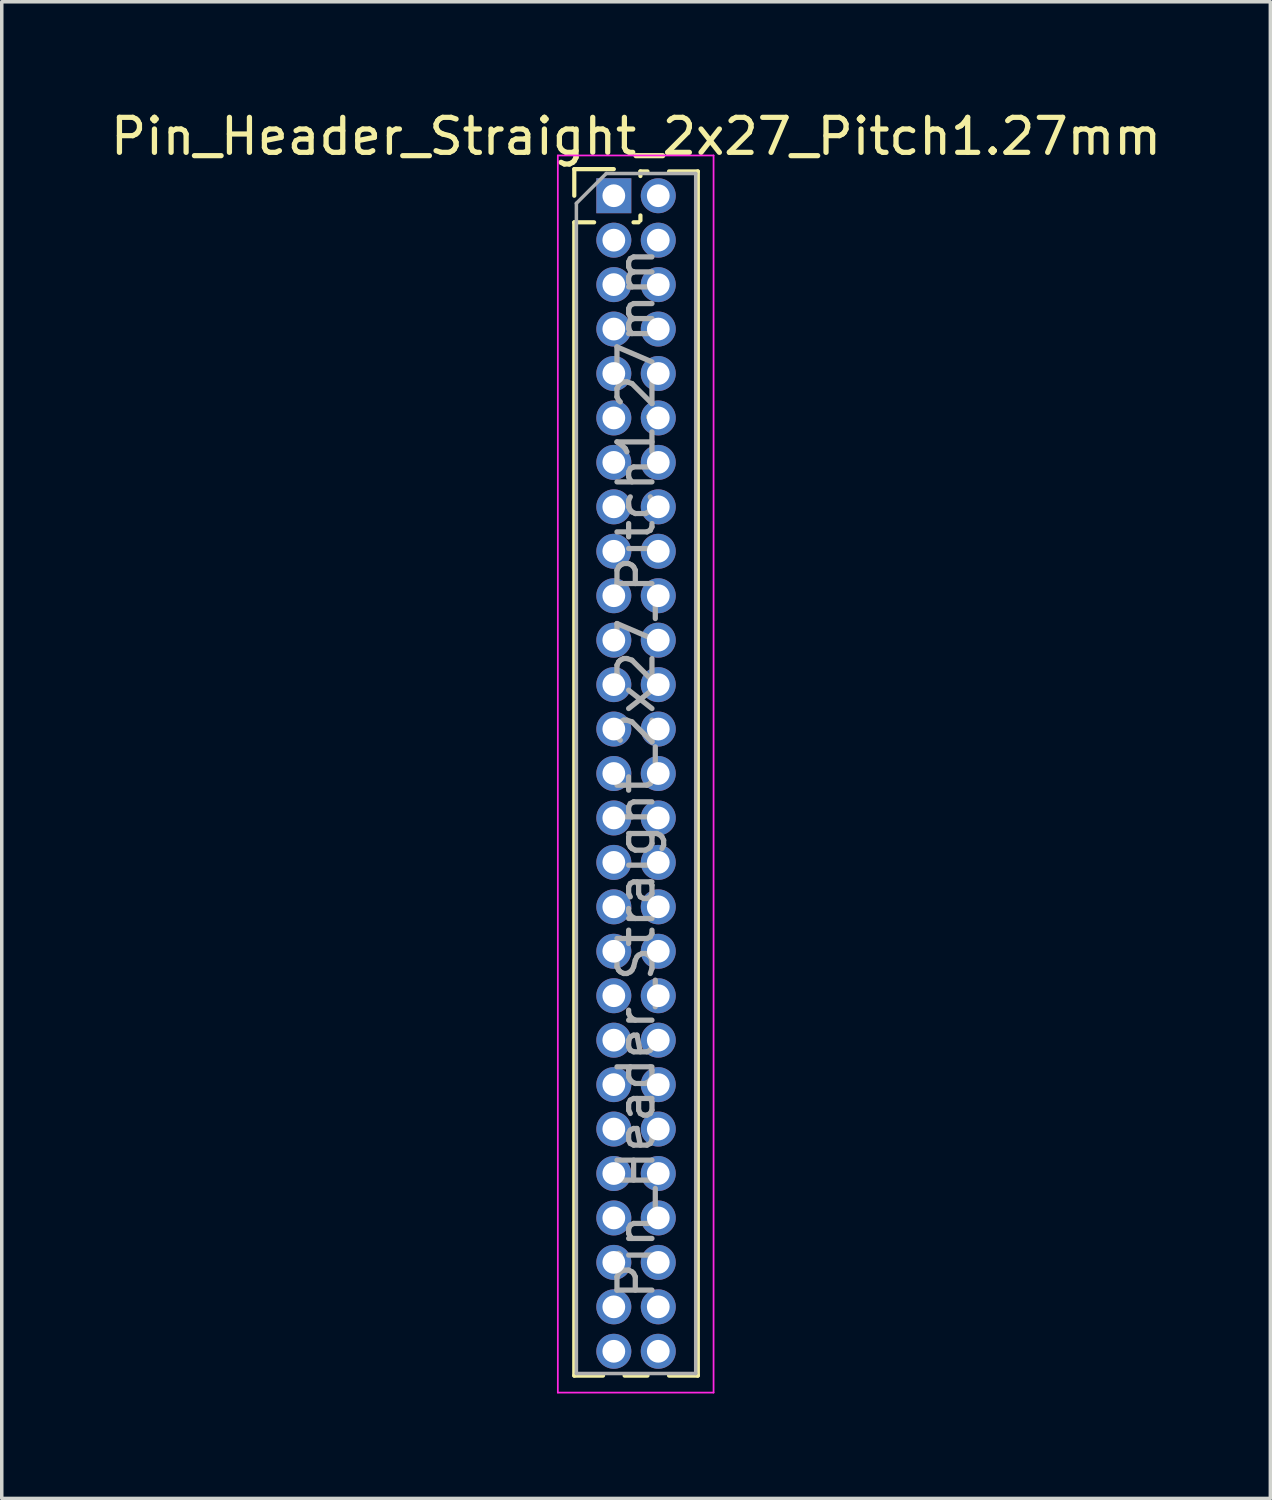
<source format=kicad_pcb>
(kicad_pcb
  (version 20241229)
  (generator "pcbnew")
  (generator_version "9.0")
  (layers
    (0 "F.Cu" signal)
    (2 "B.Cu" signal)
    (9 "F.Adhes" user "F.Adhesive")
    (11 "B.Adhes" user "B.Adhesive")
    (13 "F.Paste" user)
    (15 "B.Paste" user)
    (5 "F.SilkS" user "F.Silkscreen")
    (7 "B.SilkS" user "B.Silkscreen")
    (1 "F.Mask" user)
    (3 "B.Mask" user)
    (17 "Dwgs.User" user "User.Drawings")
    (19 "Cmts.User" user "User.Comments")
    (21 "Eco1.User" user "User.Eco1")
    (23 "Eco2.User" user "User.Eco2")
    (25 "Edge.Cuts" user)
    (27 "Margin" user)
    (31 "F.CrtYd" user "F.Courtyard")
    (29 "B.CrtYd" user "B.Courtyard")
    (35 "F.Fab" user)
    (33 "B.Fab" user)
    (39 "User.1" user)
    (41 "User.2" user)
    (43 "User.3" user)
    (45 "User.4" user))
  (footprint "Pin_Header_Straight_2x27_Pitch1.27mm"
    (layer "F.Cu")
    (at 14.49 2.543)
    (property "Reference" "Pin_Header_Straight_2x27_Pitch1.27mm" (at 0.635 -1.695 0) (layer "F.SilkS") (effects (font (size 1 1) (thickness 0.15))))
    (attr through_hole)
    (fp_line (start -1.13 -0.76) (end 0 -0.76) (stroke (width 0.12) (type solid)) (layer "F.SilkS"))
    (fp_line (start -1.13 0) (end -1.13 -0.76) (stroke (width 0.12) (type solid)) (layer "F.SilkS"))
    (fp_line (start -1.13 0.76) (end -1.13 33.715) (stroke (width 0.12) (type solid)) (layer "F.SilkS"))
    (fp_line (start -1.13 0.76) (end -0.563 0.76) (stroke (width 0.12) (type solid)) (layer "F.SilkS"))
    (fp_line (start -1.13 33.715) (end -0.308 33.715) (stroke (width 0.12) (type solid)) (layer "F.SilkS"))
    (fp_line (start 0.308 33.715) (end 0.962 33.715) (stroke (width 0.12) (type solid)) (layer "F.SilkS"))
    (fp_line (start 0.563 0.76) (end 0.707 0.76) (stroke (width 0.12) (type solid)) (layer "F.SilkS"))
    (fp_line (start 0.76 -0.695) (end 0.962 -0.695) (stroke (width 0.12) (type solid)) (layer "F.SilkS"))
    (fp_line (start 0.76 -0.563) (end 0.76 -0.695) (stroke (width 0.12) (type solid)) (layer "F.SilkS"))
    (fp_line (start 0.76 0.707) (end 0.76 0.563) (stroke (width 0.12) (type solid)) (layer "F.SilkS"))
    (fp_line (start 1.578 -0.695) (end 2.4 -0.695) (stroke (width 0.12) (type solid)) (layer "F.SilkS"))
    (fp_line (start 1.578 33.715) (end 2.4 33.715) (stroke (width 0.12) (type solid)) (layer "F.SilkS"))
    (fp_line (start 2.4 -0.695) (end 2.4 33.715) (stroke (width 0.12) (type solid)) (layer "F.SilkS"))
    (fp_line (start -1.6 -1.15) (end -1.6 34.2) (stroke (width 0.05) (type solid)) (layer "F.CrtYd"))
    (fp_line (start -1.6 34.2) (end 2.85 34.2) (stroke (width 0.05) (type solid)) (layer "F.CrtYd"))
    (fp_line (start 2.85 -1.15) (end -1.6 -1.15) (stroke (width 0.05) (type solid)) (layer "F.CrtYd"))
    (fp_line (start 2.85 34.2) (end 2.85 -1.15) (stroke (width 0.05) (type solid)) (layer "F.CrtYd"))
    (fp_line (start -1.07 0.217) (end -0.217 -0.635) (stroke (width 0.1) (type solid)) (layer "F.Fab"))
    (fp_line (start -1.07 33.655) (end -1.07 0.217) (stroke (width 0.1) (type solid)) (layer "F.Fab"))
    (fp_line (start -0.217 -0.635) (end 2.34 -0.635) (stroke (width 0.1) (type solid)) (layer "F.Fab"))
    (fp_line (start 2.34 -0.635) (end 2.34 33.655) (stroke (width 0.1) (type solid)) (layer "F.Fab"))
    (fp_line (start 2.34 33.655) (end -1.07 33.655) (stroke (width 0.1) (type solid)) (layer "F.Fab"))
    (fp_text user "${REFERENCE}" (at 0.635 16.51 90) (layer "F.Fab") (effects (font (size 1 1) (thickness 0.15))))
    (pad "1" thru_hole rect (at 0 0) (size 1 1) (drill 0.65) (layers "*.Cu" "*.Mask"))
    (pad "2" thru_hole oval (at 1.27 0) (size 1 1) (drill 0.65) (layers "*.Cu" "*.Mask"))
    (pad "3" thru_hole oval (at 0 1.27) (size 1 1) (drill 0.65) (layers "*.Cu" "*.Mask"))
    (pad "4" thru_hole oval (at 1.27 1.27) (size 1 1) (drill 0.65) (layers "*.Cu" "*.Mask"))
    (pad "5" thru_hole oval (at 0 2.54) (size 1 1) (drill 0.65) (layers "*.Cu" "*.Mask"))
    (pad "6" thru_hole oval (at 1.27 2.54) (size 1 1) (drill 0.65) (layers "*.Cu" "*.Mask"))
    (pad "7" thru_hole oval (at 0 3.81) (size 1 1) (drill 0.65) (layers "*.Cu" "*.Mask"))
    (pad "8" thru_hole oval (at 1.27 3.81) (size 1 1) (drill 0.65) (layers "*.Cu" "*.Mask"))
    (pad "9" thru_hole oval (at 0 5.08) (size 1 1) (drill 0.65) (layers "*.Cu" "*.Mask"))
    (pad "10" thru_hole oval (at 1.27 5.08) (size 1 1) (drill 0.65) (layers "*.Cu" "*.Mask"))
    (pad "11" thru_hole oval (at 0 6.35) (size 1 1) (drill 0.65) (layers "*.Cu" "*.Mask"))
    (pad "12" thru_hole oval (at 1.27 6.35) (size 1 1) (drill 0.65) (layers "*.Cu" "*.Mask"))
    (pad "13" thru_hole oval (at 0 7.62) (size 1 1) (drill 0.65) (layers "*.Cu" "*.Mask"))
    (pad "14" thru_hole oval (at 1.27 7.62) (size 1 1) (drill 0.65) (layers "*.Cu" "*.Mask"))
    (pad "15" thru_hole oval (at 0 8.89) (size 1 1) (drill 0.65) (layers "*.Cu" "*.Mask"))
    (pad "16" thru_hole oval (at 1.27 8.89) (size 1 1) (drill 0.65) (layers "*.Cu" "*.Mask"))
    (pad "17" thru_hole oval (at 0 10.16) (size 1 1) (drill 0.65) (layers "*.Cu" "*.Mask"))
    (pad "18" thru_hole oval (at 1.27 10.16) (size 1 1) (drill 0.65) (layers "*.Cu" "*.Mask"))
    (pad "19" thru_hole oval (at 0 11.43) (size 1 1) (drill 0.65) (layers "*.Cu" "*.Mask"))
    (pad "20" thru_hole oval (at 1.27 11.43) (size 1 1) (drill 0.65) (layers "*.Cu" "*.Mask"))
    (pad "21" thru_hole oval (at 0 12.7) (size 1 1) (drill 0.65) (layers "*.Cu" "*.Mask"))
    (pad "22" thru_hole oval (at 1.27 12.7) (size 1 1) (drill 0.65) (layers "*.Cu" "*.Mask"))
    (pad "23" thru_hole oval (at 0 13.97) (size 1 1) (drill 0.65) (layers "*.Cu" "*.Mask"))
    (pad "24" thru_hole oval (at 1.27 13.97) (size 1 1) (drill 0.65) (layers "*.Cu" "*.Mask"))
    (pad "25" thru_hole oval (at 0 15.24) (size 1 1) (drill 0.65) (layers "*.Cu" "*.Mask"))
    (pad "26" thru_hole oval (at 1.27 15.24) (size 1 1) (drill 0.65) (layers "*.Cu" "*.Mask"))
    (pad "27" thru_hole oval (at 0 16.51) (size 1 1) (drill 0.65) (layers "*.Cu" "*.Mask"))
    (pad "28" thru_hole oval (at 1.27 16.51) (size 1 1) (drill 0.65) (layers "*.Cu" "*.Mask"))
    (pad "29" thru_hole oval (at 0 17.78) (size 1 1) (drill 0.65) (layers "*.Cu" "*.Mask"))
    (pad "30" thru_hole oval (at 1.27 17.78) (size 1 1) (drill 0.65) (layers "*.Cu" "*.Mask"))
    (pad "31" thru_hole oval (at 0 19.05) (size 1 1) (drill 0.65) (layers "*.Cu" "*.Mask"))
    (pad "32" thru_hole oval (at 1.27 19.05) (size 1 1) (drill 0.65) (layers "*.Cu" "*.Mask"))
    (pad "33" thru_hole oval (at 0 20.32) (size 1 1) (drill 0.65) (layers "*.Cu" "*.Mask"))
    (pad "34" thru_hole oval (at 1.27 20.32) (size 1 1) (drill 0.65) (layers "*.Cu" "*.Mask"))
    (pad "35" thru_hole oval (at 0 21.59) (size 1 1) (drill 0.65) (layers "*.Cu" "*.Mask"))
    (pad "36" thru_hole oval (at 1.27 21.59) (size 1 1) (drill 0.65) (layers "*.Cu" "*.Mask"))
    (pad "37" thru_hole oval (at 0 22.86) (size 1 1) (drill 0.65) (layers "*.Cu" "*.Mask"))
    (pad "38" thru_hole oval (at 1.27 22.86) (size 1 1) (drill 0.65) (layers "*.Cu" "*.Mask"))
    (pad "39" thru_hole oval (at 0 24.13) (size 1 1) (drill 0.65) (layers "*.Cu" "*.Mask"))
    (pad "40" thru_hole oval (at 1.27 24.13) (size 1 1) (drill 0.65) (layers "*.Cu" "*.Mask"))
    (pad "41" thru_hole oval (at 0 25.4) (size 1 1) (drill 0.65) (layers "*.Cu" "*.Mask"))
    (pad "42" thru_hole oval (at 1.27 25.4) (size 1 1) (drill 0.65) (layers "*.Cu" "*.Mask"))
    (pad "43" thru_hole oval (at 0 26.67) (size 1 1) (drill 0.65) (layers "*.Cu" "*.Mask"))
    (pad "44" thru_hole oval (at 1.27 26.67) (size 1 1) (drill 0.65) (layers "*.Cu" "*.Mask"))
    (pad "45" thru_hole oval (at 0 27.94) (size 1 1) (drill 0.65) (layers "*.Cu" "*.Mask"))
    (pad "46" thru_hole oval (at 1.27 27.94) (size 1 1) (drill 0.65) (layers "*.Cu" "*.Mask"))
    (pad "47" thru_hole oval (at 0 29.21) (size 1 1) (drill 0.65) (layers "*.Cu" "*.Mask"))
    (pad "48" thru_hole oval (at 1.27 29.21) (size 1 1) (drill 0.65) (layers "*.Cu" "*.Mask"))
    (pad "49" thru_hole oval (at 0 30.48) (size 1 1) (drill 0.65) (layers "*.Cu" "*.Mask"))
    (pad "50" thru_hole oval (at 1.27 30.48) (size 1 1) (drill 0.65) (layers "*.Cu" "*.Mask"))
    (pad "51" thru_hole oval (at 0 31.75) (size 1 1) (drill 0.65) (layers "*.Cu" "*.Mask"))
    (pad "52" thru_hole oval (at 1.27 31.75) (size 1 1) (drill 0.65) (layers "*.Cu" "*.Mask"))
    (pad "53" thru_hole oval (at 0 33.02) (size 1 1) (drill 0.65) (layers "*.Cu" "*.Mask"))
    (pad "54" thru_hole oval (at 1.27 33.02) (size 1 1) (drill 0.65) (layers "*.Cu" "*.Mask")))
  (gr_rect
    (start -3 -3)
    (end 33.25 39.768)
    (stroke (width 0.1) (type default))
    (fill no)
    (layer "Edge.Cuts")))
</source>
